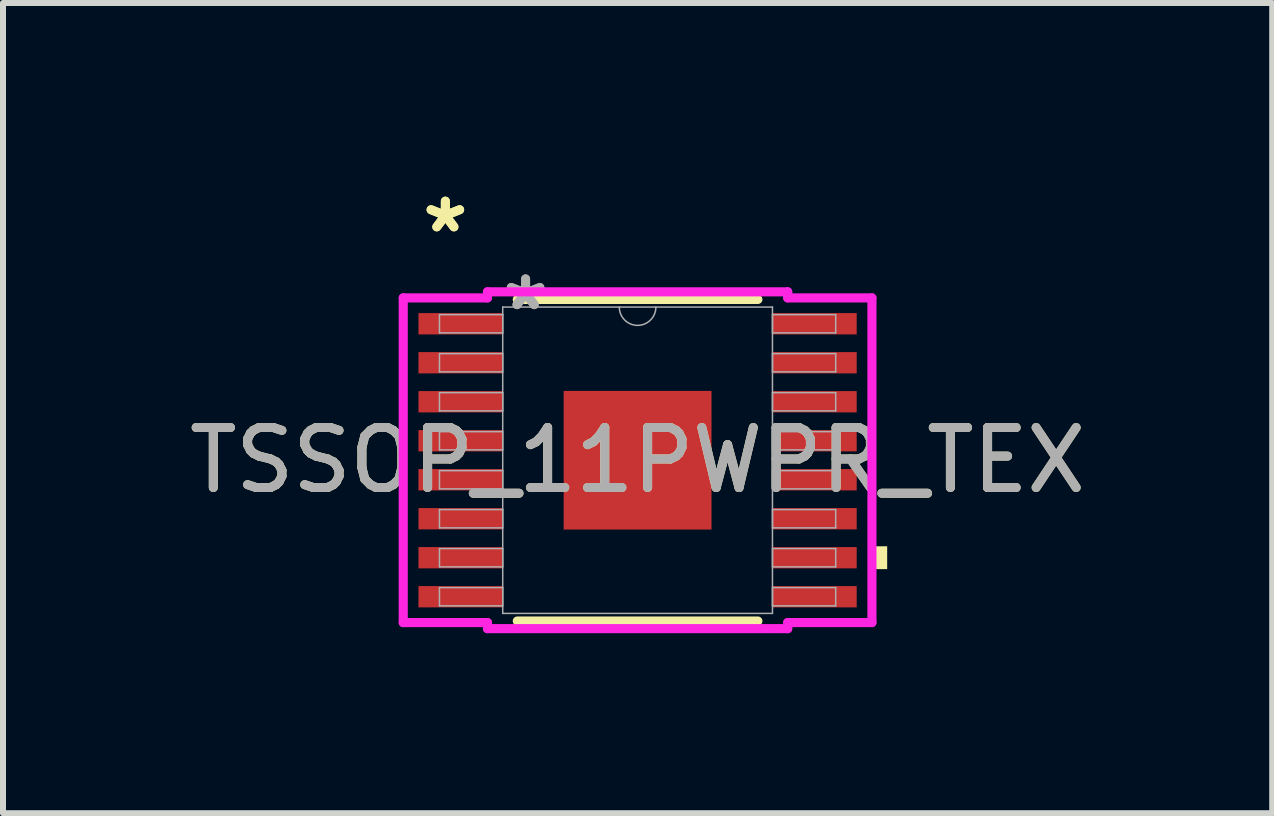
<source format=kicad_pcb>
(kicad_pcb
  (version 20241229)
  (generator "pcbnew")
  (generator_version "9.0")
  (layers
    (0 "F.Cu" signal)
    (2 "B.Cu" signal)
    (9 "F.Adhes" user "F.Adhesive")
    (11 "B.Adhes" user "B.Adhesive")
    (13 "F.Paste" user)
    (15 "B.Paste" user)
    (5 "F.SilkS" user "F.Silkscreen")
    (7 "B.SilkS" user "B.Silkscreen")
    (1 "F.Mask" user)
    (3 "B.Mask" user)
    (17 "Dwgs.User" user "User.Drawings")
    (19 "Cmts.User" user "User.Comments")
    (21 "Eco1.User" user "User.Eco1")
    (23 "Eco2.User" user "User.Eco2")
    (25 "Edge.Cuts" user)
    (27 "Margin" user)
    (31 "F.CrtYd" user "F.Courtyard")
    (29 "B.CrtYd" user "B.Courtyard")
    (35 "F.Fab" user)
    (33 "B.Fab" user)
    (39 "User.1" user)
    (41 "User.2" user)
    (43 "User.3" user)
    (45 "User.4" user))
  (footprint "TSSOP_11PWPR_TEX"
    (layer "F.Cu")
    (at 7.577 4.621)
    (property "Reference" "TSSOP_11PWPR_TEX" (at 0 0 0) (unlocked yes) (layer "F.SilkS") (effects (font (size 1 1) (thickness 0.15))))
    (attr smd)
    (fp_line (start -2.005 2.68) (end 2.005 2.68) (stroke (width 0.152) (type solid)) (layer "F.SilkS"))
    (fp_line (start 2.005 -2.68) (end -2.005 -2.68) (stroke (width 0.152) (type solid)) (layer "F.SilkS"))
    (fp_poly (pts (xy 4.16 1.434) (xy 4.16 1.815) (xy 3.906 1.815) (xy 3.906 1.434)) (stroke (width 0) (type solid)) (fill yes) (layer "F.SilkS"))
    (fp_line (start -3.906 -2.706) (end -2.502 -2.706) (stroke (width 0.152) (type solid)) (layer "F.CrtYd"))
    (fp_line (start -3.906 2.706) (end -3.906 -2.706) (stroke (width 0.152) (type solid)) (layer "F.CrtYd"))
    (fp_line (start -3.906 2.706) (end -2.502 2.706) (stroke (width 0.152) (type solid)) (layer "F.CrtYd"))
    (fp_line (start -2.502 -2.807) (end 2.502 -2.807) (stroke (width 0.152) (type solid)) (layer "F.CrtYd"))
    (fp_line (start -2.502 -2.706) (end -2.502 -2.807) (stroke (width 0.152) (type solid)) (layer "F.CrtYd"))
    (fp_line (start -2.502 2.807) (end -2.502 2.706) (stroke (width 0.152) (type solid)) (layer "F.CrtYd"))
    (fp_line (start 2.502 -2.807) (end 2.502 -2.706) (stroke (width 0.152) (type solid)) (layer "F.CrtYd"))
    (fp_line (start 2.502 2.706) (end 2.502 2.807) (stroke (width 0.152) (type solid)) (layer "F.CrtYd"))
    (fp_line (start 2.502 2.807) (end -2.502 2.807) (stroke (width 0.152) (type solid)) (layer "F.CrtYd"))
    (fp_line (start 3.906 -2.706) (end 2.502 -2.706) (stroke (width 0.152) (type solid)) (layer "F.CrtYd"))
    (fp_line (start 3.906 -2.706) (end 3.906 2.706) (stroke (width 0.152) (type solid)) (layer "F.CrtYd"))
    (fp_line (start 3.906 2.706) (end 2.502 2.706) (stroke (width 0.152) (type solid)) (layer "F.CrtYd"))
    (fp_line (start -3.302 -2.427) (end -3.302 -2.123) (stroke (width 0.025) (type solid)) (layer "F.Fab"))
    (fp_line (start -3.302 -2.123) (end -2.248 -2.123) (stroke (width 0.025) (type solid)) (layer "F.Fab"))
    (fp_line (start -3.302 -1.777) (end -3.302 -1.473) (stroke (width 0.025) (type solid)) (layer "F.Fab"))
    (fp_line (start -3.302 -1.473) (end -2.248 -1.473) (stroke (width 0.025) (type solid)) (layer "F.Fab"))
    (fp_line (start -3.302 -1.127) (end -3.302 -0.823) (stroke (width 0.025) (type solid)) (layer "F.Fab"))
    (fp_line (start -3.302 -0.823) (end -2.248 -0.823) (stroke (width 0.025) (type solid)) (layer "F.Fab"))
    (fp_line (start -3.302 -0.477) (end -3.302 -0.173) (stroke (width 0.025) (type solid)) (layer "F.Fab"))
    (fp_line (start -3.302 -0.173) (end -2.248 -0.173) (stroke (width 0.025) (type solid)) (layer "F.Fab"))
    (fp_line (start -3.302 0.173) (end -3.302 0.477) (stroke (width 0.025) (type solid)) (layer "F.Fab"))
    (fp_line (start -3.302 0.477) (end -2.248 0.477) (stroke (width 0.025) (type solid)) (layer "F.Fab"))
    (fp_line (start -3.302 0.823) (end -3.302 1.127) (stroke (width 0.025) (type solid)) (layer "F.Fab"))
    (fp_line (start -3.302 1.127) (end -2.248 1.127) (stroke (width 0.025) (type solid)) (layer "F.Fab"))
    (fp_line (start -3.302 1.473) (end -3.302 1.777) (stroke (width 0.025) (type solid)) (layer "F.Fab"))
    (fp_line (start -3.302 1.777) (end -2.248 1.777) (stroke (width 0.025) (type solid)) (layer "F.Fab"))
    (fp_line (start -3.302 2.123) (end -3.302 2.427) (stroke (width 0.025) (type solid)) (layer "F.Fab"))
    (fp_line (start -3.302 2.427) (end -2.248 2.427) (stroke (width 0.025) (type solid)) (layer "F.Fab"))
    (fp_line (start -2.248 -2.553) (end -2.248 2.553) (stroke (width 0.025) (type solid)) (layer "F.Fab"))
    (fp_line (start -2.248 -2.427) (end -3.302 -2.427) (stroke (width 0.025) (type solid)) (layer "F.Fab"))
    (fp_line (start -2.248 -2.123) (end -2.248 -2.427) (stroke (width 0.025) (type solid)) (layer "F.Fab"))
    (fp_line (start -2.248 -1.777) (end -3.302 -1.777) (stroke (width 0.025) (type solid)) (layer "F.Fab"))
    (fp_line (start -2.248 -1.473) (end -2.248 -1.777) (stroke (width 0.025) (type solid)) (layer "F.Fab"))
    (fp_line (start -2.248 -1.127) (end -3.302 -1.127) (stroke (width 0.025) (type solid)) (layer "F.Fab"))
    (fp_line (start -2.248 -0.823) (end -2.248 -1.127) (stroke (width 0.025) (type solid)) (layer "F.Fab"))
    (fp_line (start -2.248 -0.477) (end -3.302 -0.477) (stroke (width 0.025) (type solid)) (layer "F.Fab"))
    (fp_line (start -2.248 -0.173) (end -2.248 -0.477) (stroke (width 0.025) (type solid)) (layer "F.Fab"))
    (fp_line (start -2.248 0.173) (end -3.302 0.173) (stroke (width 0.025) (type solid)) (layer "F.Fab"))
    (fp_line (start -2.248 0.477) (end -2.248 0.173) (stroke (width 0.025) (type solid)) (layer "F.Fab"))
    (fp_line (start -2.248 0.823) (end -3.302 0.823) (stroke (width 0.025) (type solid)) (layer "F.Fab"))
    (fp_line (start -2.248 1.127) (end -2.248 0.823) (stroke (width 0.025) (type solid)) (layer "F.Fab"))
    (fp_line (start -2.248 1.473) (end -3.302 1.473) (stroke (width 0.025) (type solid)) (layer "F.Fab"))
    (fp_line (start -2.248 1.777) (end -2.248 1.473) (stroke (width 0.025) (type solid)) (layer "F.Fab"))
    (fp_line (start -2.248 2.123) (end -3.302 2.123) (stroke (width 0.025) (type solid)) (layer "F.Fab"))
    (fp_line (start -2.248 2.427) (end -2.248 2.123) (stroke (width 0.025) (type solid)) (layer "F.Fab"))
    (fp_line (start -2.248 2.553) (end 2.248 2.553) (stroke (width 0.025) (type solid)) (layer "F.Fab"))
    (fp_line (start 2.248 -2.553) (end -2.248 -2.553) (stroke (width 0.025) (type solid)) (layer "F.Fab"))
    (fp_line (start 2.248 -2.427) (end 2.248 -2.123) (stroke (width 0.025) (type solid)) (layer "F.Fab"))
    (fp_line (start 2.248 -2.123) (end 3.302 -2.123) (stroke (width 0.025) (type solid)) (layer "F.Fab"))
    (fp_line (start 2.248 -1.777) (end 2.248 -1.473) (stroke (width 0.025) (type solid)) (layer "F.Fab"))
    (fp_line (start 2.248 -1.473) (end 3.302 -1.473) (stroke (width 0.025) (type solid)) (layer "F.Fab"))
    (fp_line (start 2.248 -1.127) (end 2.248 -0.823) (stroke (width 0.025) (type solid)) (layer "F.Fab"))
    (fp_line (start 2.248 -0.823) (end 3.302 -0.823) (stroke (width 0.025) (type solid)) (layer "F.Fab"))
    (fp_line (start 2.248 -0.477) (end 2.248 -0.173) (stroke (width 0.025) (type solid)) (layer "F.Fab"))
    (fp_line (start 2.248 -0.173) (end 3.302 -0.173) (stroke (width 0.025) (type solid)) (layer "F.Fab"))
    (fp_line (start 2.248 0.173) (end 2.248 0.477) (stroke (width 0.025) (type solid)) (layer "F.Fab"))
    (fp_line (start 2.248 0.477) (end 3.302 0.477) (stroke (width 0.025) (type solid)) (layer "F.Fab"))
    (fp_line (start 2.248 0.823) (end 2.248 1.127) (stroke (width 0.025) (type solid)) (layer "F.Fab"))
    (fp_line (start 2.248 1.127) (end 3.302 1.127) (stroke (width 0.025) (type solid)) (layer "F.Fab"))
    (fp_line (start 2.248 1.473) (end 2.248 1.777) (stroke (width 0.025) (type solid)) (layer "F.Fab"))
    (fp_line (start 2.248 1.777) (end 3.302 1.777) (stroke (width 0.025) (type solid)) (layer "F.Fab"))
    (fp_line (start 2.248 2.123) (end 2.248 2.427) (stroke (width 0.025) (type solid)) (layer "F.Fab"))
    (fp_line (start 2.248 2.427) (end 3.302 2.427) (stroke (width 0.025) (type solid)) (layer "F.Fab"))
    (fp_line (start 2.248 2.553) (end 2.248 -2.553) (stroke (width 0.025) (type solid)) (layer "F.Fab"))
    (fp_line (start 3.302 -2.427) (end 2.248 -2.427) (stroke (width 0.025) (type solid)) (layer "F.Fab"))
    (fp_line (start 3.302 -2.123) (end 3.302 -2.427) (stroke (width 0.025) (type solid)) (layer "F.Fab"))
    (fp_line (start 3.302 -1.777) (end 2.248 -1.777) (stroke (width 0.025) (type solid)) (layer "F.Fab"))
    (fp_line (start 3.302 -1.473) (end 3.302 -1.777) (stroke (width 0.025) (type solid)) (layer "F.Fab"))
    (fp_line (start 3.302 -1.127) (end 2.248 -1.127) (stroke (width 0.025) (type solid)) (layer "F.Fab"))
    (fp_line (start 3.302 -0.823) (end 3.302 -1.127) (stroke (width 0.025) (type solid)) (layer "F.Fab"))
    (fp_line (start 3.302 -0.477) (end 2.248 -0.477) (stroke (width 0.025) (type solid)) (layer "F.Fab"))
    (fp_line (start 3.302 -0.173) (end 3.302 -0.477) (stroke (width 0.025) (type solid)) (layer "F.Fab"))
    (fp_line (start 3.302 0.173) (end 2.248 0.173) (stroke (width 0.025) (type solid)) (layer "F.Fab"))
    (fp_line (start 3.302 0.477) (end 3.302 0.173) (stroke (width 0.025) (type solid)) (layer "F.Fab"))
    (fp_line (start 3.302 0.823) (end 2.248 0.823) (stroke (width 0.025) (type solid)) (layer "F.Fab"))
    (fp_line (start 3.302 1.127) (end 3.302 0.823) (stroke (width 0.025) (type solid)) (layer "F.Fab"))
    (fp_line (start 3.302 1.473) (end 2.248 1.473) (stroke (width 0.025) (type solid)) (layer "F.Fab"))
    (fp_line (start 3.302 1.777) (end 3.302 1.473) (stroke (width 0.025) (type solid)) (layer "F.Fab"))
    (fp_line (start 3.302 2.123) (end 2.248 2.123) (stroke (width 0.025) (type solid)) (layer "F.Fab"))
    (fp_line (start 3.302 2.427) (end 3.302 2.123) (stroke (width 0.025) (type solid)) (layer "F.Fab"))
    (fp_arc (start 0.3048 -2.5527) (mid 0 -2.2479) (end -0.3048 -2.5527) (stroke (width 0.0254) (type solid)) (layer "F.Fab"))
    (fp_text user "*" (at -3.204 -3.773 0) (unlocked yes) (layer "F.SilkS") (effects (font (size 1 1) (thickness 0.15))))
    (fp_text user "*" (at -3.204 -3.773 0) (layer "F.SilkS") (effects (font (size 1 1) (thickness 0.15))))
    (fp_text user "*" (at -1.867 -2.477 0) (unlocked yes) (layer "F.Fab") (effects (font (size 1 1) (thickness 0.15))))
    (fp_text user "${REFERENCE}" (at 0 0 0) (unlocked yes) (layer "F.Fab") (effects (font (size 1 1) (thickness 0.15))))
    (fp_text user "*" (at -1.867 -2.477 0) (layer "F.Fab") (effects (font (size 1 1) (thickness 0.15))))
    (pad "1" smd rect (at -2.95 -2.275) (size 1.404 0.355) (layers "F.Cu" "F.Mask" "F.Paste"))
    (pad "2" smd rect (at -2.95 -1.625) (size 1.404 0.355) (layers "F.Cu" "F.Mask" "F.Paste"))
    (pad "3" smd rect (at -2.95 -0.975) (size 1.404 0.355) (layers "F.Cu" "F.Mask" "F.Paste"))
    (pad "4" smd rect (at -2.95 -0.325) (size 1.404 0.355) (layers "F.Cu" "F.Mask" "F.Paste"))
    (pad "5" smd rect (at -2.95 0.325) (size 1.404 0.355) (layers "F.Cu" "F.Mask" "F.Paste"))
    (pad "6" smd rect (at -2.95 0.975) (size 1.404 0.355) (layers "F.Cu" "F.Mask" "F.Paste"))
    (pad "7" smd rect (at -2.95 1.625) (size 1.404 0.355) (layers "F.Cu" "F.Mask" "F.Paste"))
    (pad "8" smd rect (at -2.95 2.275) (size 1.404 0.355) (layers "F.Cu" "F.Mask" "F.Paste"))
    (pad "9" smd rect (at 2.95 2.275) (size 1.404 0.355) (layers "F.Cu" "F.Mask" "F.Paste"))
    (pad "10" smd rect (at 2.95 1.625) (size 1.404 0.355) (layers "F.Cu" "F.Mask" "F.Paste"))
    (pad "11" smd rect (at 2.95 0.975) (size 1.404 0.355) (layers "F.Cu" "F.Mask" "F.Paste"))
    (pad "12" smd rect (at 2.95 0.325) (size 1.404 0.355) (layers "F.Cu" "F.Mask" "F.Paste"))
    (pad "13" smd rect (at 2.95 -0.325) (size 1.404 0.355) (layers "F.Cu" "F.Mask" "F.Paste"))
    (pad "14" smd rect (at 2.95 -0.975) (size 1.404 0.355) (layers "F.Cu" "F.Mask" "F.Paste"))
    (pad "15" smd rect (at 2.95 -1.625) (size 1.404 0.355) (layers "F.Cu" "F.Mask" "F.Paste"))
    (pad "16" smd rect (at 2.95 -2.275) (size 1.404 0.355) (layers "F.Cu" "F.Mask" "F.Paste"))
    (pad "EPAD" smd rect (at 0 0) (size 2.464 2.311) (layers "F.Cu" "F.Mask" "F.Paste")))
  (gr_rect
    (start -3 -3)
    (end 18.155 10.504)
    (stroke (width 0.1) (type default))
    (fill no)
    (layer "Edge.Cuts")))
</source>
